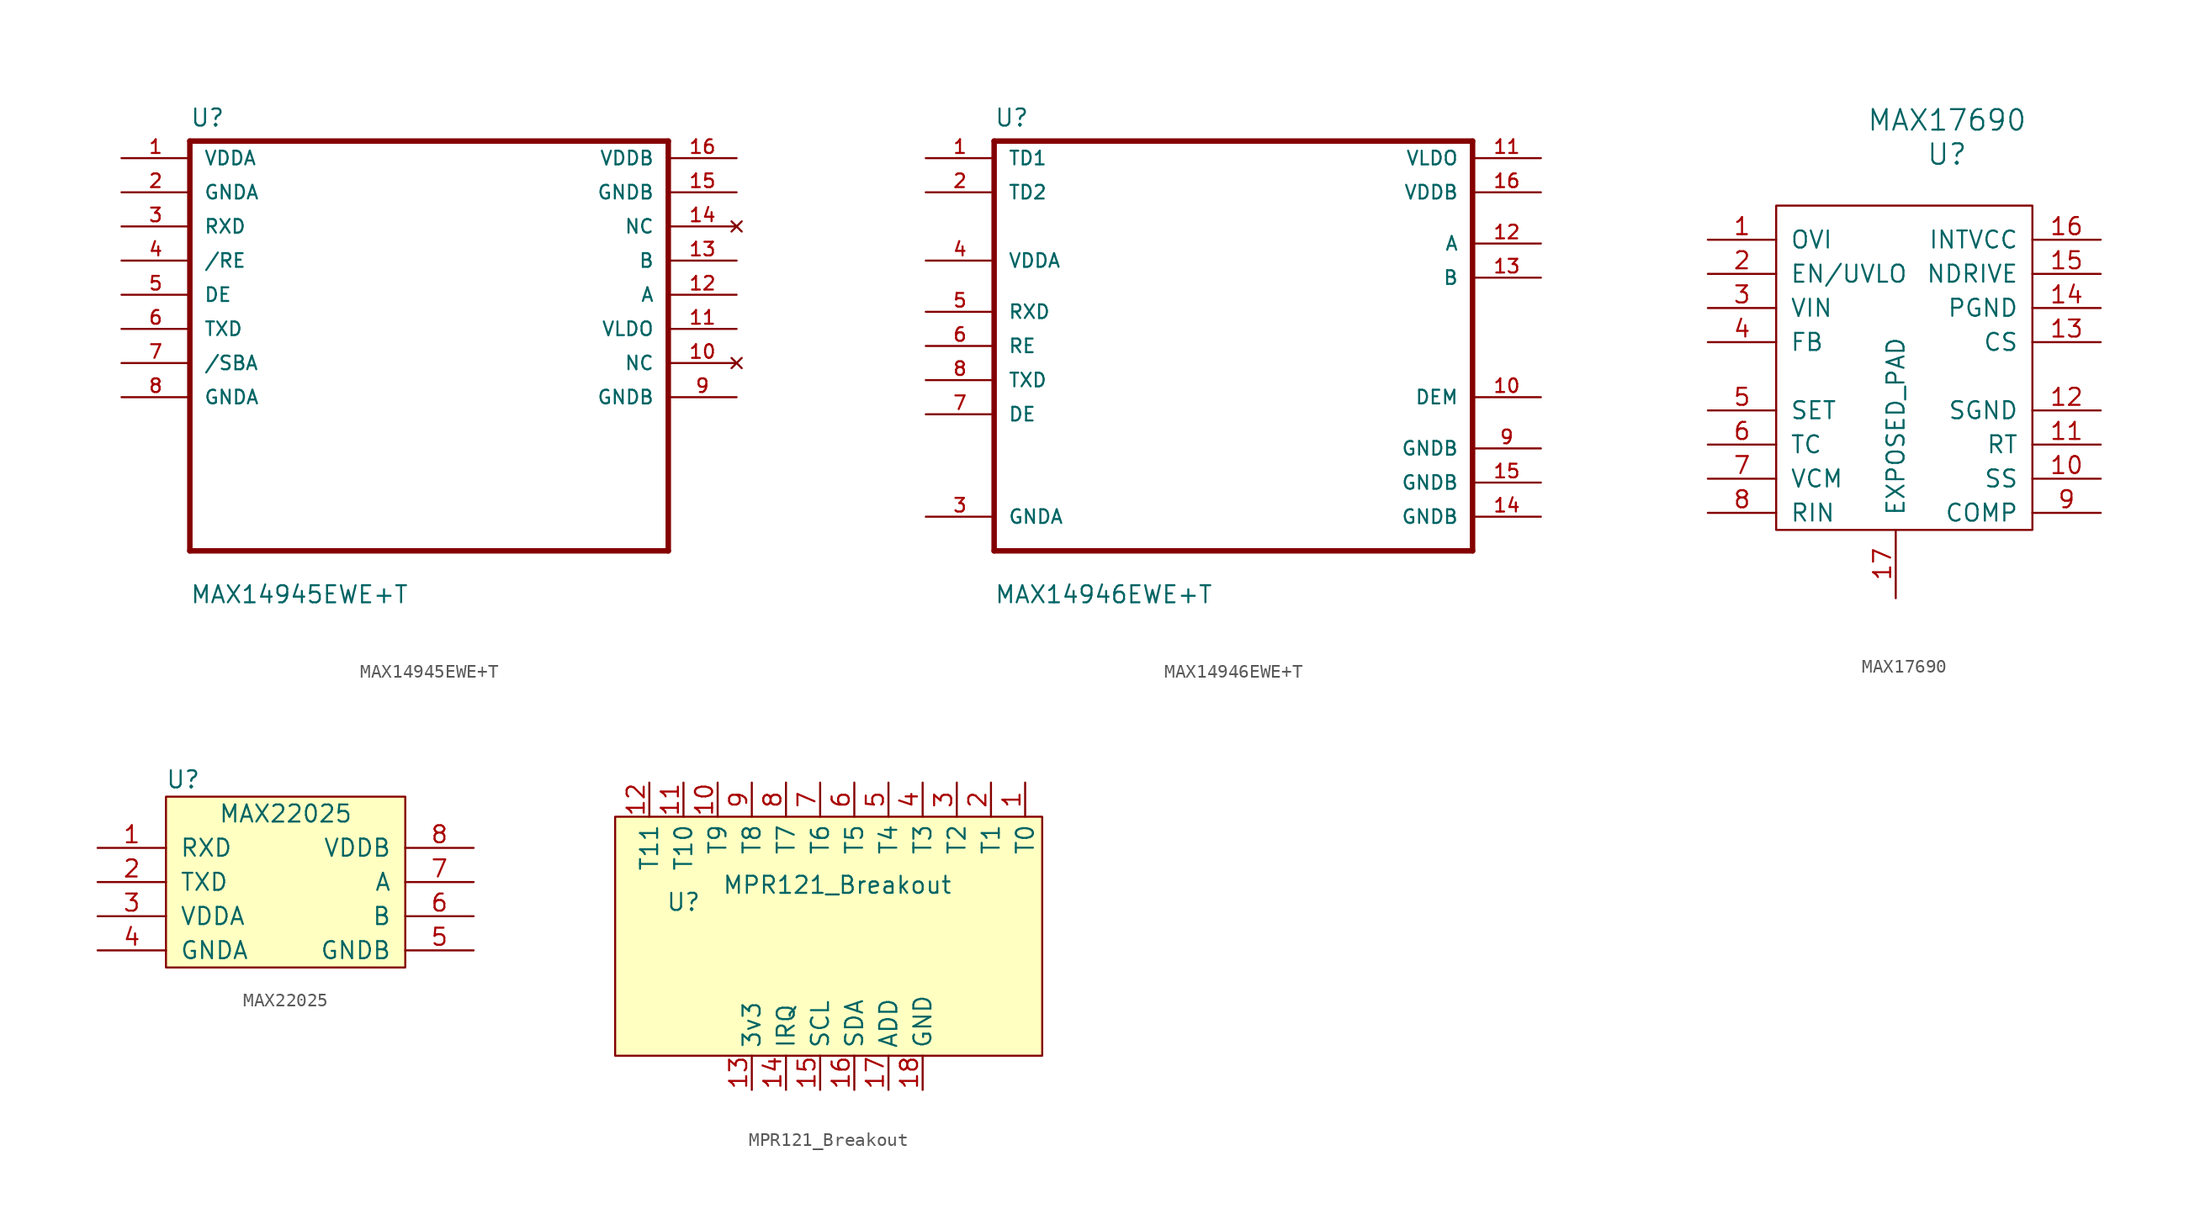
<source format=kicad_sym>
(kicad_symbol_lib
  (version 20211014)
  (generator kicad_symbol_editor)
  (symbol "MAX14945EWE+T"
    (pin_names
      (offset 1.016))
    (property "Reference" "U"
      (at -17.78 16.231 0)
      (effects (font (size 1.27 1.27)) (justify left bottom)))
    (property "Value" "MAX14945EWE+T"
      (at -17.78 -19.228 0)
      (effects (font (size 1.27 1.27)) (justify left bottom)))
    (property "ki_locked" ""
      (at 0 0 0)
      (effects (font (size 1.27 1.27))))
    (symbol "MAX14945EWE+T_0_0"
      (polyline (pts (xy -17.78 -15.24) (xy -17.78 15.24)) (stroke (width 0.406) (type default) (color 0 0 0 0)) (fill (type none)))
      (polyline (pts (xy -17.78 15.24) (xy 17.78 15.24)) (stroke (width 0.406) (type default) (color 0 0 0 0)) (fill (type none)))
      (polyline (pts (xy 17.78 -15.24) (xy -17.78 -15.24)) (stroke (width 0.406) (type default) (color 0 0 0 0)) (fill (type none)))
      (polyline (pts (xy 17.78 15.24) (xy 17.78 -15.24)) (stroke (width 0.406) (type default) (color 0 0 0 0)) (fill (type none)))
      (pin power_in line (at -22.86 13.97 0) (length 5.08) (name "VDDA" (effects (font (size 1.016 1.016)))) (number "1" (effects (font (size 1.016 1.016)))))
      (pin no_connect line (at 22.86 -1.27 180) (length 5.08) (name "NC" (effects (font (size 1.016 1.016)))) (number "10" (effects (font (size 1.016 1.016)))))
      (pin power_in line (at 22.86 1.27 180) (length 5.08) (name "VLDO" (effects (font (size 1.016 1.016)))) (number "11" (effects (font (size 1.016 1.016)))))
      (pin bidirectional line (at 22.86 3.81 180) (length 5.08) (name "A" (effects (font (size 1.016 1.016)))) (number "12" (effects (font (size 1.016 1.016)))))
      (pin bidirectional line (at 22.86 6.35 180) (length 5.08) (name "B" (effects (font (size 1.016 1.016)))) (number "13" (effects (font (size 1.016 1.016)))))
      (pin no_connect line (at 22.86 8.89 180) (length 5.08) (name "NC" (effects (font (size 1.016 1.016)))) (number "14" (effects (font (size 1.016 1.016)))))
      (pin power_in line (at 22.86 11.43 180) (length 5.08) (name "GNDB" (effects (font (size 1.016 1.016)))) (number "15" (effects (font (size 1.016 1.016)))))
      (pin power_in line (at 22.86 13.97 180) (length 5.08) (name "VDDB" (effects (font (size 1.016 1.016)))) (number "16" (effects (font (size 1.016 1.016)))))
      (pin power_out line (at -22.86 11.43 0) (length 5.08) (name "GNDA" (effects (font (size 1.016 1.016)))) (number "2" (effects (font (size 1.016 1.016)))))
      (pin output line (at -22.86 8.89 0) (length 5.08) (name "RXD" (effects (font (size 1.016 1.016)))) (number "3" (effects (font (size 1.016 1.016)))))
      (pin input line (at -22.86 6.35 0) (length 5.08) (name "/RE" (effects (font (size 1.016 1.016)))) (number "4" (effects (font (size 1.016 1.016)))))
      (pin input line (at -22.86 3.81 0) (length 5.08) (name "DE" (effects (font (size 1.016 1.016)))) (number "5" (effects (font (size 1.016 1.016)))))
      (pin input line (at -22.86 1.27 0) (length 5.08) (name "TXD" (effects (font (size 1.016 1.016)))) (number "6" (effects (font (size 1.016 1.016)))))
      (pin output line (at -22.86 -1.27 0) (length 5.08) (name "/SBA" (effects (font (size 1.016 1.016)))) (number "7" (effects (font (size 1.016 1.016)))))
      (pin power_in line (at -22.86 -3.81 0) (length 5.08) (name "GNDA" (effects (font (size 1.016 1.016)))) (number "8" (effects (font (size 1.016 1.016)))))
      (pin power_in line (at 22.86 -3.81 180) (length 5.08) (name "GNDB" (effects (font (size 1.016 1.016)))) (number "9" (effects (font (size 1.016 1.016)))))))
  (symbol "MAX14946EWE+T"
    (pin_names
      (offset 1.016))
    (property "Reference" "U"
      (at -17.78 16.231 0)
      (effects (font (size 1.27 1.27)) (justify left bottom)))
    (property "Value" "MAX14946EWE+T"
      (at -17.78 -19.228 0)
      (effects (font (size 1.27 1.27)) (justify left bottom)))
    (property "ki_locked" ""
      (at 0 0 0)
      (effects (font (size 1.27 1.27))))
    (symbol "MAX14946EWE+T_0_0"
      (polyline (pts (xy -17.78 -15.24) (xy -17.78 15.24)) (stroke (width 0.406) (type default) (color 0 0 0 0)) (fill (type none)))
      (polyline (pts (xy -17.78 15.24) (xy 17.78 15.24)) (stroke (width 0.406) (type default) (color 0 0 0 0)) (fill (type none)))
      (polyline (pts (xy 17.78 -15.24) (xy -17.78 -15.24)) (stroke (width 0.406) (type default) (color 0 0 0 0)) (fill (type none)))
      (polyline (pts (xy 17.78 15.24) (xy 17.78 -15.24)) (stroke (width 0.406) (type default) (color 0 0 0 0)) (fill (type none)))
      (pin bidirectional line (at -22.86 13.97 0) (length 5.08) (name "TD1" (effects (font (size 1.016 1.016)))) (number "1" (effects (font (size 1.016 1.016)))))
      (pin bidirectional line (at 22.86 -3.81 180) (length 5.08) (name "DEM" (effects (font (size 1.016 1.016)))) (number "10" (effects (font (size 1.016 1.016)))))
      (pin bidirectional line (at 22.86 13.97 180) (length 5.08) (name "VLDO" (effects (font (size 1.016 1.016)))) (number "11" (effects (font (size 1.016 1.016)))))
      (pin bidirectional line (at 22.86 7.62 180) (length 5.08) (name "A" (effects (font (size 1.016 1.016)))) (number "12" (effects (font (size 1.016 1.016)))))
      (pin bidirectional line (at 22.86 5.08 180) (length 5.08) (name "B" (effects (font (size 1.016 1.016)))) (number "13" (effects (font (size 1.016 1.016)))))
      (pin power_in line (at 22.86 -12.7 180) (length 5.08) (name "GNDB" (effects (font (size 1.016 1.016)))) (number "14" (effects (font (size 1.016 1.016)))))
      (pin power_in line (at 22.86 -10.16 180) (length 5.08) (name "GNDB" (effects (font (size 1.016 1.016)))) (number "15" (effects (font (size 1.016 1.016)))))
      (pin power_in line (at 22.86 11.43 180) (length 5.08) (name "VDDB" (effects (font (size 1.016 1.016)))) (number "16" (effects (font (size 1.016 1.016)))))
      (pin bidirectional line (at -22.86 11.43 0) (length 5.08) (name "TD2" (effects (font (size 1.016 1.016)))) (number "2" (effects (font (size 1.016 1.016)))))
      (pin power_in line (at -22.86 -12.7 0) (length 5.08) (name "GNDA" (effects (font (size 1.016 1.016)))) (number "3" (effects (font (size 1.016 1.016)))))
      (pin power_in line (at -22.86 6.35 0) (length 5.08) (name "VDDA" (effects (font (size 1.016 1.016)))) (number "4" (effects (font (size 1.016 1.016)))))
      (pin bidirectional line (at -22.86 2.54 0) (length 5.08) (name "RXD" (effects (font (size 1.016 1.016)))) (number "5" (effects (font (size 1.016 1.016)))))
      (pin bidirectional line (at -22.86 0 0) (length 5.08) (name "RE" (effects (font (size 1.016 1.016)))) (number "6" (effects (font (size 1.016 1.016)))))
      (pin bidirectional line (at -22.86 -5.08 0) (length 5.08) (name "DE" (effects (font (size 1.016 1.016)))) (number "7" (effects (font (size 1.016 1.016)))))
      (pin bidirectional line (at -22.86 -2.54 0) (length 5.08) (name "TXD" (effects (font (size 1.016 1.016)))) (number "8" (effects (font (size 1.016 1.016)))))
      (pin power_in line (at 22.86 -7.62 180) (length 5.08) (name "GNDB" (effects (font (size 1.016 1.016)))) (number "9" (effects (font (size 1.016 1.016)))))))
  (symbol "MAX17690"
    (pin_names
      (offset 1.016))
    (property "Reference" "U"
      (at 2.54 12.7 0)
      (effects (font (size 1.524 1.524))))
    (property "Value" "MAX17690"
      (at 2.54 15.24 0)
      (effects (font (size 1.524 1.524))))
    (symbol "MAX17690_0_1"
      (rectangle (start -10.16 8.89) (end 8.89 -15.24) (stroke (width 0) (type default) (color 0 0 0 0)) (fill (type none))))
    (symbol "MAX17690_1_1"
      (pin input line (at -15.24 6.35 0) (length 5.08) (name "OVI" (effects (font (size 1.27 1.27)))) (number "1" (effects (font (size 1.27 1.27)))))
      (pin input line (at 13.97 -11.43 180) (length 5.08) (name "SS" (effects (font (size 1.27 1.27)))) (number "10" (effects (font (size 1.27 1.27)))))
      (pin input line (at 13.97 -8.89 180) (length 5.08) (name "RT" (effects (font (size 1.27 1.27)))) (number "11" (effects (font (size 1.27 1.27)))))
      (pin input line (at 13.97 -6.35 180) (length 5.08) (name "SGND" (effects (font (size 1.27 1.27)))) (number "12" (effects (font (size 1.27 1.27)))))
      (pin input line (at 13.97 -1.27 180) (length 5.08) (name "CS" (effects (font (size 1.27 1.27)))) (number "13" (effects (font (size 1.27 1.27)))))
      (pin input line (at 13.97 1.27 180) (length 5.08) (name "PGND" (effects (font (size 1.27 1.27)))) (number "14" (effects (font (size 1.27 1.27)))))
      (pin input line (at 13.97 3.81 180) (length 5.08) (name "NDRIVE" (effects (font (size 1.27 1.27)))) (number "15" (effects (font (size 1.27 1.27)))))
      (pin input line (at 13.97 6.35 180) (length 5.08) (name "INTVCC" (effects (font (size 1.27 1.27)))) (number "16" (effects (font (size 1.27 1.27)))))
      (pin input line (at -1.27 -20.32 90) (length 5.08) (name "EXPOSED_PAD" (effects (font (size 1.27 1.27)))) (number "17" (effects (font (size 1.27 1.27)))))
      (pin input line (at -15.24 3.81 0) (length 5.08) (name "EN/UVLO" (effects (font (size 1.27 1.27)))) (number "2" (effects (font (size 1.27 1.27)))))
      (pin input line (at -15.24 1.27 0) (length 5.08) (name "VIN" (effects (font (size 1.27 1.27)))) (number "3" (effects (font (size 1.27 1.27)))))
      (pin input line (at -15.24 -1.27 0) (length 5.08) (name "FB" (effects (font (size 1.27 1.27)))) (number "4" (effects (font (size 1.27 1.27)))))
      (pin input line (at -15.24 -6.35 0) (length 5.08) (name "SET" (effects (font (size 1.27 1.27)))) (number "5" (effects (font (size 1.27 1.27)))))
      (pin input line (at -15.24 -8.89 0) (length 5.08) (name "TC" (effects (font (size 1.27 1.27)))) (number "6" (effects (font (size 1.27 1.27)))))
      (pin input line (at -15.24 -11.43 0) (length 5.08) (name "VCM" (effects (font (size 1.27 1.27)))) (number "7" (effects (font (size 1.27 1.27)))))
      (pin input line (at -15.24 -13.97 0) (length 5.08) (name "RIN" (effects (font (size 1.27 1.27)))) (number "8" (effects (font (size 1.27 1.27)))))
      (pin input line (at 13.97 -13.97 180) (length 5.08) (name "COMP" (effects (font (size 1.27 1.27)))) (number "9" (effects (font (size 1.27 1.27)))))))
  (symbol "MAX22025"
    (pin_names
      (offset 1.016))
    (property "Reference" "U"
      (at 1.27 13.97 0)
      (effects (font (size 1.27 1.27))))
    (property "Value" "MAX22025"
      (at 8.89 11.43 0)
      (effects (font (size 1.27 1.27))))
    (symbol "MAX22025_0_1"
      (rectangle (start 0 0) (end 17.78 12.7) (stroke (width 0) (type default) (color 0 0 0 0)) (fill (type background))))
    (symbol "MAX22025_1_1"
      (pin input line (at -5.08 8.89 0) (length 5.08) (name "RXD" (effects (font (size 1.27 1.27)))) (number "1" (effects (font (size 1.27 1.27)))))
      (pin input line (at -5.08 6.35 0) (length 5.08) (name "TXD" (effects (font (size 1.27 1.27)))) (number "2" (effects (font (size 1.27 1.27)))))
      (pin input line (at -5.08 3.81 0) (length 5.08) (name "VDDA" (effects (font (size 1.27 1.27)))) (number "3" (effects (font (size 1.27 1.27)))))
      (pin input line (at -5.08 1.27 0) (length 5.08) (name "GNDA" (effects (font (size 1.27 1.27)))) (number "4" (effects (font (size 1.27 1.27)))))
      (pin input line (at 22.86 1.27 180) (length 5.08) (name "GNDB" (effects (font (size 1.27 1.27)))) (number "5" (effects (font (size 1.27 1.27)))))
      (pin input line (at 22.86 3.81 180) (length 5.08) (name "B" (effects (font (size 1.27 1.27)))) (number "6" (effects (font (size 1.27 1.27)))))
      (pin input line (at 22.86 6.35 180) (length 5.08) (name "A" (effects (font (size 1.27 1.27)))) (number "7" (effects (font (size 1.27 1.27)))))
      (pin input line (at 22.86 8.89 180) (length 5.08) (name "VDDB" (effects (font (size 1.27 1.27)))) (number "8" (effects (font (size 1.27 1.27)))))))
  (symbol "MPR121_Breakout"
    (property "Reference" "U"
      (at 0 10.16 0)
      (effects (font (size 1.27 1.27))))
    (property "Value" "MPR121_Breakout"
      (at 11.43 11.43 0)
      (effects (font (size 1.27 1.27))))
    (symbol "MPR121_Breakout_0_1"
      (rectangle (start -5.08 16.51) (end 26.67 -1.27) (stroke (width 0.152) (type default) (color 0 0 0 0)) (fill (type background))))
    (symbol "MPR121_Breakout_1_1"
      (pin input line (at 25.4 19.05 270) (length 2.54) (name "T0" (effects (font (size 1.27 1.27)))) (number "1" (effects (font (size 1.27 1.27)))))
      (pin input line (at 2.54 19.05 270) (length 2.54) (name "T9" (effects (font (size 1.27 1.27)))) (number "10" (effects (font (size 1.27 1.27)))))
      (pin input line (at 0 19.05 270) (length 2.54) (name "T10" (effects (font (size 1.27 1.27)))) (number "11" (effects (font (size 1.27 1.27)))))
      (pin input line (at -2.54 19.05 270) (length 2.54) (name "T11" (effects (font (size 1.27 1.27)))) (number "12" (effects (font (size 1.27 1.27)))))
      (pin power_in line (at 5.08 -3.81 90) (length 2.54) (name "3v3" (effects (font (size 1.27 1.27)))) (number "13" (effects (font (size 1.27 1.27)))))
      (pin open_collector line (at 7.62 -3.81 90) (length 2.54) (name "IRQ" (effects (font (size 1.27 1.27)))) (number "14" (effects (font (size 1.27 1.27)))))
      (pin open_collector line (at 10.16 -3.81 90) (length 2.54) (name "SCL" (effects (font (size 1.27 1.27)))) (number "15" (effects (font (size 1.27 1.27)))))
      (pin open_collector line (at 12.7 -3.81 90) (length 2.54) (name "SDA" (effects (font (size 1.27 1.27)))) (number "16" (effects (font (size 1.27 1.27)))))
      (pin input line (at 15.24 -3.81 90) (length 2.54) (name "ADD" (effects (font (size 1.27 1.27)))) (number "17" (effects (font (size 1.27 1.27)))))
      (pin power_in line (at 17.78 -3.81 90) (length 2.54) (name "GND" (effects (font (size 1.27 1.27)))) (number "18" (effects (font (size 1.27 1.27)))))
      (pin input line (at 22.86 19.05 270) (length 2.54) (name "T1" (effects (font (size 1.27 1.27)))) (number "2" (effects (font (size 1.27 1.27)))))
      (pin input line (at 20.32 19.05 270) (length 2.54) (name "T2" (effects (font (size 1.27 1.27)))) (number "3" (effects (font (size 1.27 1.27)))))
      (pin input line (at 17.78 19.05 270) (length 2.54) (name "T3" (effects (font (size 1.27 1.27)))) (number "4" (effects (font (size 1.27 1.27)))))
      (pin input line (at 15.24 19.05 270) (length 2.54) (name "T4" (effects (font (size 1.27 1.27)))) (number "5" (effects (font (size 1.27 1.27)))))
      (pin input line (at 12.7 19.05 270) (length 2.54) (name "T5" (effects (font (size 1.27 1.27)))) (number "6" (effects (font (size 1.27 1.27)))))
      (pin input line (at 10.16 19.05 270) (length 2.54) (name "T6" (effects (font (size 1.27 1.27)))) (number "7" (effects (font (size 1.27 1.27)))))
      (pin input line (at 7.62 19.05 270) (length 2.54) (name "T7" (effects (font (size 1.27 1.27)))) (number "8" (effects (font (size 1.27 1.27)))))
      (pin input line (at 5.08 19.05 270) (length 2.54) (name "T8" (effects (font (size 1.27 1.27)))) (number "9" (effects (font (size 1.27 1.27))))))))
</source>
